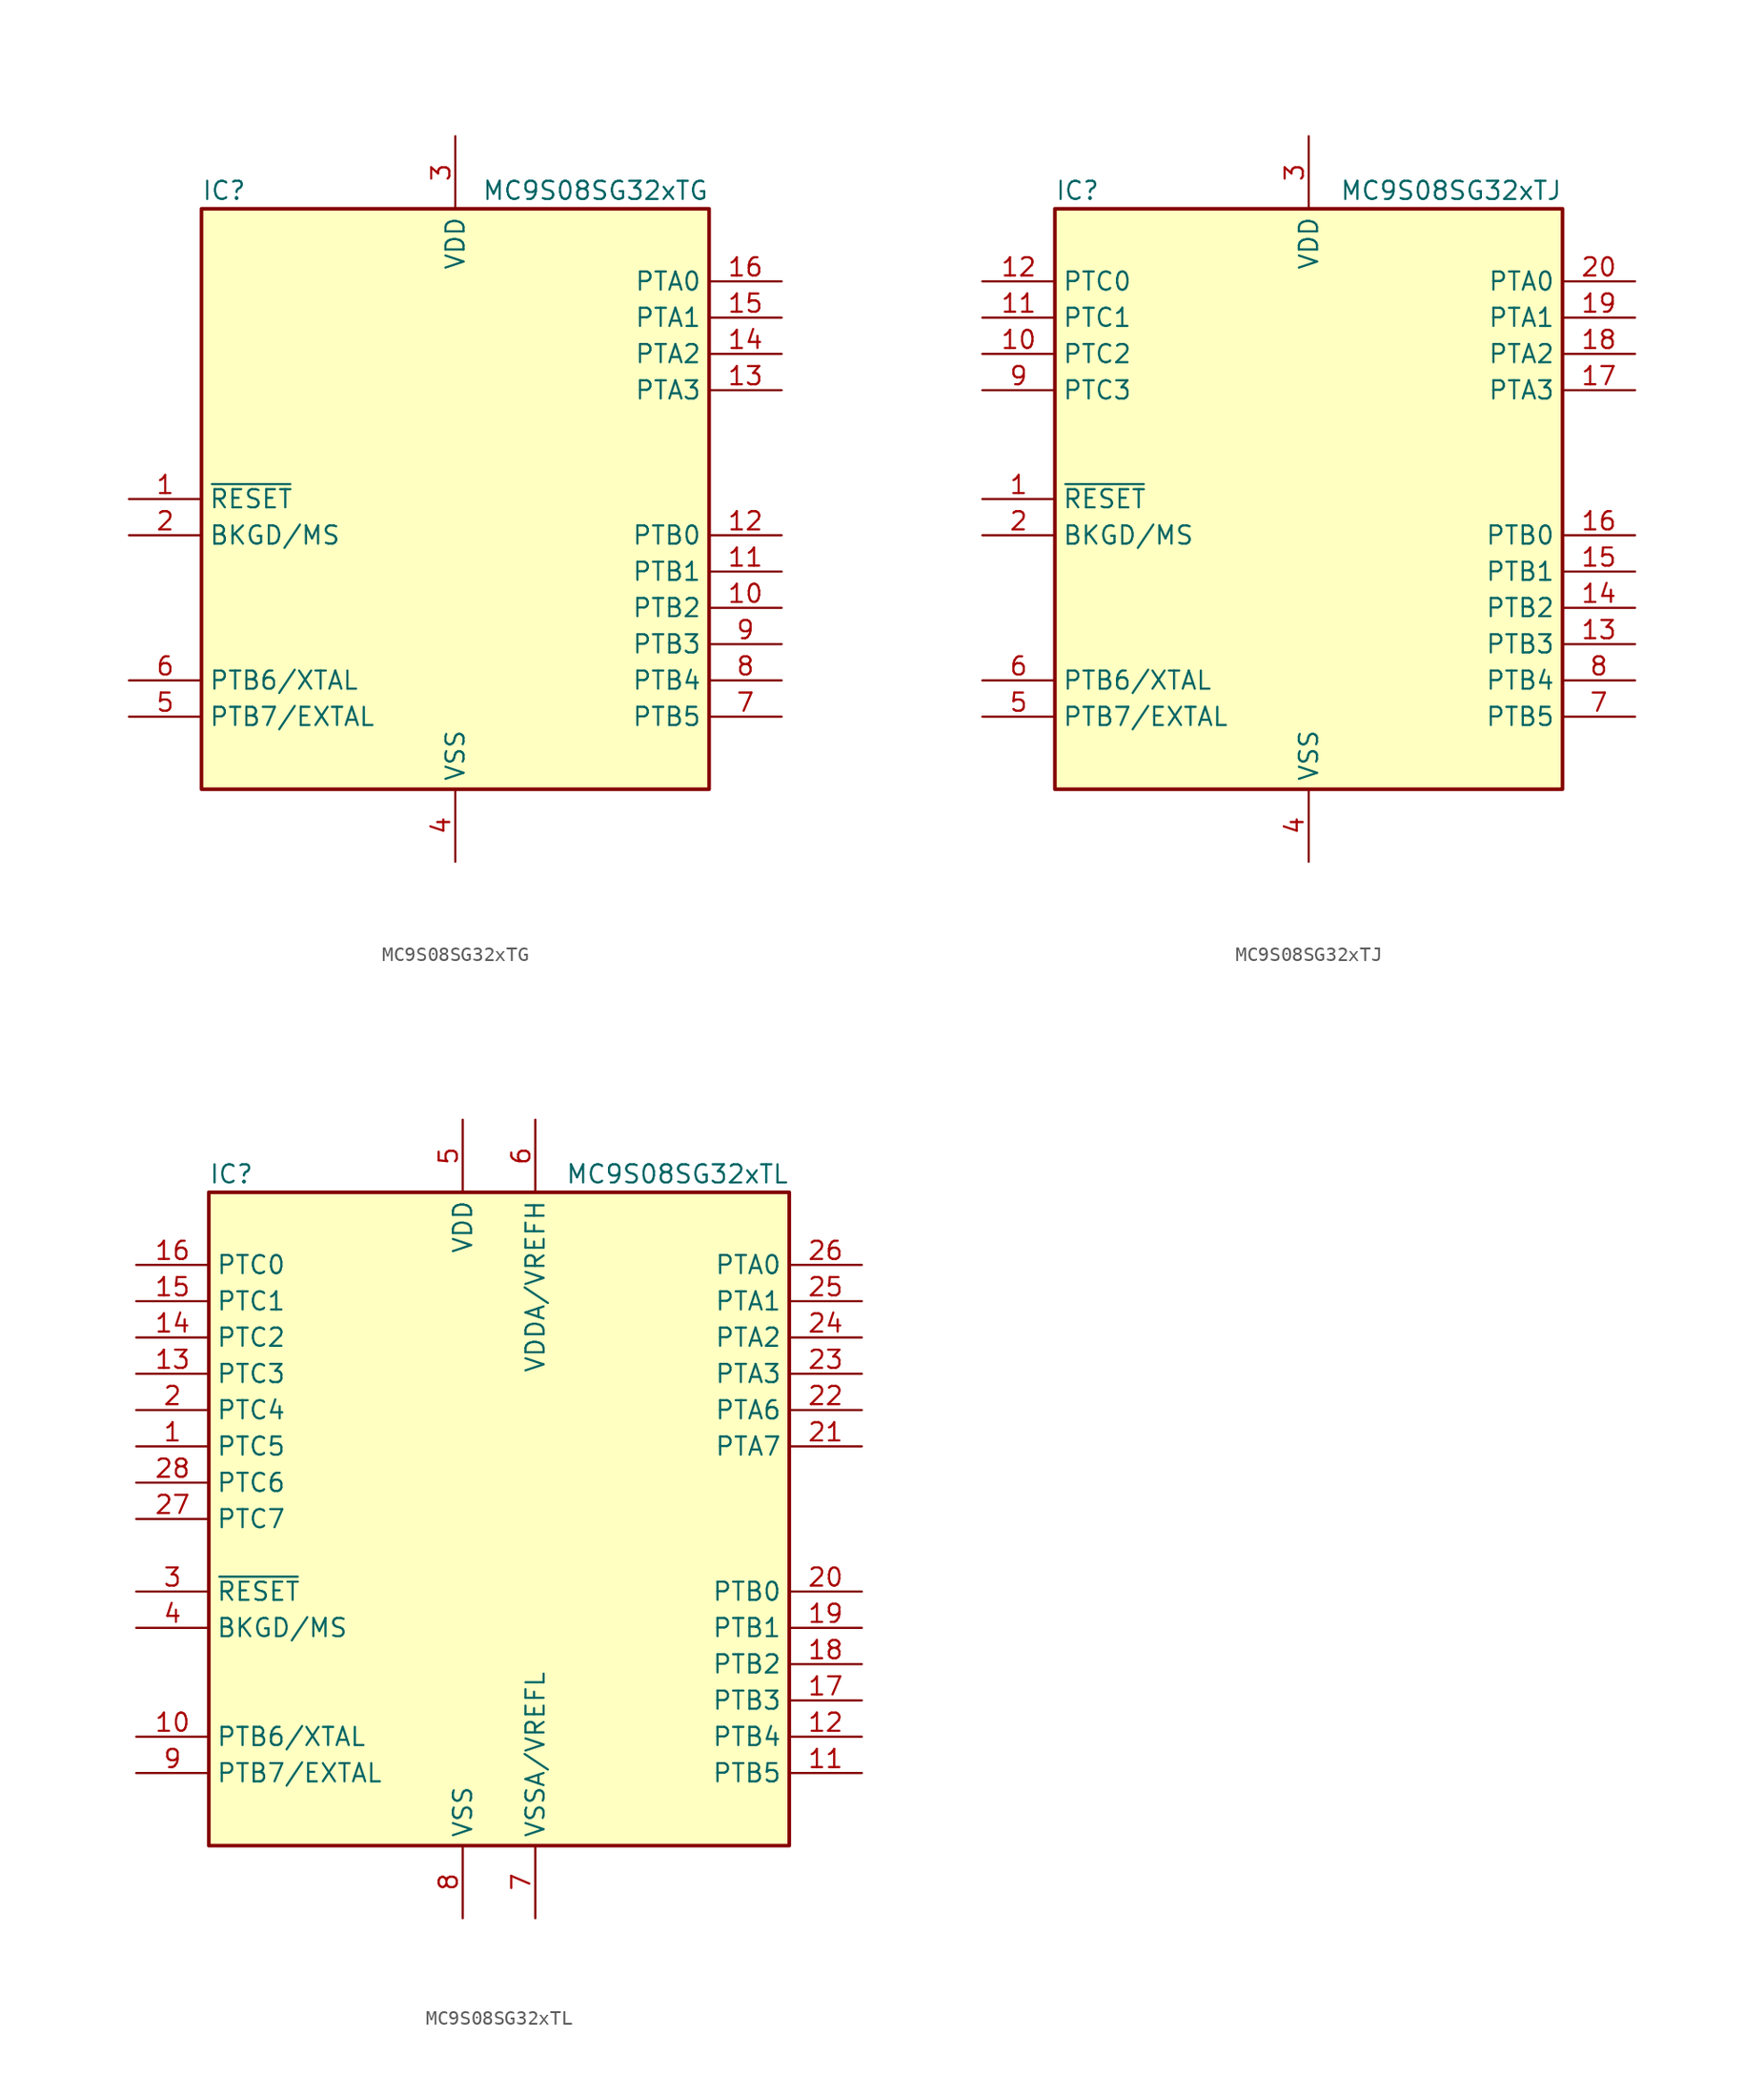
<source format=kicad_sym>
(kicad_symbol_lib
  (version 20201005)
  (generator kicad_symbol_editor)
  (symbol "MCU_NXP_S08:MC9S08SG32xTG"
    (property "Reference" "IC"
      (at -17.78 21.59 0)
      (effects (font (size 1.27 1.27)) (justify left)))
    (property "Value" "MC9S08SG32xTG"
      (at 17.78 21.59 0)
      (effects (font (size 1.27 1.27)) (justify right)))
    (symbol "MC9S08SG32xTG_0_1"
      (rectangle (start -17.78 20.32) (end 17.78 -20.32) (stroke (width 0.254)) (fill (type background))))
    (symbol "MC9S08SG32xTG_1_1"
      (pin input line (at -22.86 0 0) (length 5.08) (name "~RESET" (effects (font (size 1.27 1.27)))) (number "1" (effects (font (size 1.27 1.27)))))
      (pin bidirectional line (at 22.86 -7.62 180) (length 5.08) (name "PTB2" (effects (font (size 1.27 1.27)))) (number "10" (effects (font (size 1.27 1.27)))))
      (pin bidirectional line (at 22.86 -5.08 180) (length 5.08) (name "PTB1" (effects (font (size 1.27 1.27)))) (number "11" (effects (font (size 1.27 1.27)))))
      (pin bidirectional line (at 22.86 -2.54 180) (length 5.08) (name "PTB0" (effects (font (size 1.27 1.27)))) (number "12" (effects (font (size 1.27 1.27)))))
      (pin bidirectional line (at 22.86 7.62 180) (length 5.08) (name "PTA3" (effects (font (size 1.27 1.27)))) (number "13" (effects (font (size 1.27 1.27)))))
      (pin bidirectional line (at 22.86 10.16 180) (length 5.08) (name "PTA2" (effects (font (size 1.27 1.27)))) (number "14" (effects (font (size 1.27 1.27)))))
      (pin bidirectional line (at 22.86 12.7 180) (length 5.08) (name "PTA1" (effects (font (size 1.27 1.27)))) (number "15" (effects (font (size 1.27 1.27)))))
      (pin bidirectional line (at 22.86 15.24 180) (length 5.08) (name "PTA0" (effects (font (size 1.27 1.27)))) (number "16" (effects (font (size 1.27 1.27)))))
      (pin bidirectional line (at -22.86 -2.54 0) (length 5.08) (name "BKGD/MS" (effects (font (size 1.27 1.27)))) (number "2" (effects (font (size 1.27 1.27)))))
      (pin power_in line (at 0 25.4 270) (length 5.08) (name "VDD" (effects (font (size 1.27 1.27)))) (number "3" (effects (font (size 1.27 1.27)))))
      (pin power_in line (at 0 -25.4 90) (length 5.08) (name "VSS" (effects (font (size 1.27 1.27)))) (number "4" (effects (font (size 1.27 1.27)))))
      (pin bidirectional line (at -22.86 -15.24 0) (length 5.08) (name "PTB7/EXTAL" (effects (font (size 1.27 1.27)))) (number "5" (effects (font (size 1.27 1.27)))))
      (pin bidirectional line (at -22.86 -12.7 0) (length 5.08) (name "PTB6/XTAL" (effects (font (size 1.27 1.27)))) (number "6" (effects (font (size 1.27 1.27)))))
      (pin bidirectional line (at 22.86 -15.24 180) (length 5.08) (name "PTB5" (effects (font (size 1.27 1.27)))) (number "7" (effects (font (size 1.27 1.27)))))
      (pin bidirectional line (at 22.86 -12.7 180) (length 5.08) (name "PTB4" (effects (font (size 1.27 1.27)))) (number "8" (effects (font (size 1.27 1.27)))))
      (pin bidirectional line (at 22.86 -10.16 180) (length 5.08) (name "PTB3" (effects (font (size 1.27 1.27)))) (number "9" (effects (font (size 1.27 1.27)))))))
  (symbol "MCU_NXP_S08:MC9S08SG32xTJ"
    (property "Reference" "IC"
      (at -17.78 21.59 0)
      (effects (font (size 1.27 1.27)) (justify left)))
    (property "Value" "MC9S08SG32xTJ"
      (at 17.78 21.59 0)
      (effects (font (size 1.27 1.27)) (justify right)))
    (symbol "MC9S08SG32xTJ_0_1"
      (rectangle (start -17.78 20.32) (end 17.78 -20.32) (stroke (width 0.254)) (fill (type background))))
    (symbol "MC9S08SG32xTJ_1_1"
      (pin input line (at -22.86 0 0) (length 5.08) (name "~RESET" (effects (font (size 1.27 1.27)))) (number "1" (effects (font (size 1.27 1.27)))))
      (pin bidirectional line (at -22.86 10.16 0) (length 5.08) (name "PTC2" (effects (font (size 1.27 1.27)))) (number "10" (effects (font (size 1.27 1.27)))))
      (pin bidirectional line (at -22.86 12.7 0) (length 5.08) (name "PTC1" (effects (font (size 1.27 1.27)))) (number "11" (effects (font (size 1.27 1.27)))))
      (pin bidirectional line (at -22.86 15.24 0) (length 5.08) (name "PTC0" (effects (font (size 1.27 1.27)))) (number "12" (effects (font (size 1.27 1.27)))))
      (pin bidirectional line (at 22.86 -10.16 180) (length 5.08) (name "PTB3" (effects (font (size 1.27 1.27)))) (number "13" (effects (font (size 1.27 1.27)))))
      (pin bidirectional line (at 22.86 -7.62 180) (length 5.08) (name "PTB2" (effects (font (size 1.27 1.27)))) (number "14" (effects (font (size 1.27 1.27)))))
      (pin bidirectional line (at 22.86 -5.08 180) (length 5.08) (name "PTB1" (effects (font (size 1.27 1.27)))) (number "15" (effects (font (size 1.27 1.27)))))
      (pin bidirectional line (at 22.86 -2.54 180) (length 5.08) (name "PTB0" (effects (font (size 1.27 1.27)))) (number "16" (effects (font (size 1.27 1.27)))))
      (pin bidirectional line (at 22.86 7.62 180) (length 5.08) (name "PTA3" (effects (font (size 1.27 1.27)))) (number "17" (effects (font (size 1.27 1.27)))))
      (pin bidirectional line (at 22.86 10.16 180) (length 5.08) (name "PTA2" (effects (font (size 1.27 1.27)))) (number "18" (effects (font (size 1.27 1.27)))))
      (pin bidirectional line (at 22.86 12.7 180) (length 5.08) (name "PTA1" (effects (font (size 1.27 1.27)))) (number "19" (effects (font (size 1.27 1.27)))))
      (pin bidirectional line (at -22.86 -2.54 0) (length 5.08) (name "BKGD/MS" (effects (font (size 1.27 1.27)))) (number "2" (effects (font (size 1.27 1.27)))))
      (pin bidirectional line (at 22.86 15.24 180) (length 5.08) (name "PTA0" (effects (font (size 1.27 1.27)))) (number "20" (effects (font (size 1.27 1.27)))))
      (pin power_in line (at 0 25.4 270) (length 5.08) (name "VDD" (effects (font (size 1.27 1.27)))) (number "3" (effects (font (size 1.27 1.27)))))
      (pin power_in line (at 0 -25.4 90) (length 5.08) (name "VSS" (effects (font (size 1.27 1.27)))) (number "4" (effects (font (size 1.27 1.27)))))
      (pin bidirectional line (at -22.86 -15.24 0) (length 5.08) (name "PTB7/EXTAL" (effects (font (size 1.27 1.27)))) (number "5" (effects (font (size 1.27 1.27)))))
      (pin bidirectional line (at -22.86 -12.7 0) (length 5.08) (name "PTB6/XTAL" (effects (font (size 1.27 1.27)))) (number "6" (effects (font (size 1.27 1.27)))))
      (pin bidirectional line (at 22.86 -15.24 180) (length 5.08) (name "PTB5" (effects (font (size 1.27 1.27)))) (number "7" (effects (font (size 1.27 1.27)))))
      (pin bidirectional line (at 22.86 -12.7 180) (length 5.08) (name "PTB4" (effects (font (size 1.27 1.27)))) (number "8" (effects (font (size 1.27 1.27)))))
      (pin bidirectional line (at -22.86 7.62 0) (length 5.08) (name "PTC3" (effects (font (size 1.27 1.27)))) (number "9" (effects (font (size 1.27 1.27)))))))
  (symbol "MCU_NXP_S08:MC9S08SG32xTL"
    (property "Reference" "IC"
      (at -20.32 24.13 0)
      (effects (font (size 1.27 1.27)) (justify left)))
    (property "Value" "MC9S08SG32xTL"
      (at 20.32 24.13 0)
      (effects (font (size 1.27 1.27)) (justify right)))
    (symbol "MC9S08SG32xTL_0_1"
      (rectangle (start -20.32 22.86) (end 20.32 -22.86) (stroke (width 0.254)) (fill (type background))))
    (symbol "MC9S08SG32xTL_1_1"
      (pin bidirectional line (at -25.4 5.08 0) (length 5.08) (name "PTC5" (effects (font (size 1.27 1.27)))) (number "1" (effects (font (size 1.27 1.27)))))
      (pin bidirectional line (at -25.4 -15.24 0) (length 5.08) (name "PTB6/XTAL" (effects (font (size 1.27 1.27)))) (number "10" (effects (font (size 1.27 1.27)))))
      (pin bidirectional line (at 25.4 -17.78 180) (length 5.08) (name "PTB5" (effects (font (size 1.27 1.27)))) (number "11" (effects (font (size 1.27 1.27)))))
      (pin bidirectional line (at 25.4 -15.24 180) (length 5.08) (name "PTB4" (effects (font (size 1.27 1.27)))) (number "12" (effects (font (size 1.27 1.27)))))
      (pin bidirectional line (at -25.4 10.16 0) (length 5.08) (name "PTC3" (effects (font (size 1.27 1.27)))) (number "13" (effects (font (size 1.27 1.27)))))
      (pin bidirectional line (at -25.4 12.7 0) (length 5.08) (name "PTC2" (effects (font (size 1.27 1.27)))) (number "14" (effects (font (size 1.27 1.27)))))
      (pin bidirectional line (at -25.4 15.24 0) (length 5.08) (name "PTC1" (effects (font (size 1.27 1.27)))) (number "15" (effects (font (size 1.27 1.27)))))
      (pin bidirectional line (at -25.4 17.78 0) (length 5.08) (name "PTC0" (effects (font (size 1.27 1.27)))) (number "16" (effects (font (size 1.27 1.27)))))
      (pin bidirectional line (at 25.4 -12.7 180) (length 5.08) (name "PTB3" (effects (font (size 1.27 1.27)))) (number "17" (effects (font (size 1.27 1.27)))))
      (pin bidirectional line (at 25.4 -10.16 180) (length 5.08) (name "PTB2" (effects (font (size 1.27 1.27)))) (number "18" (effects (font (size 1.27 1.27)))))
      (pin bidirectional line (at 25.4 -7.62 180) (length 5.08) (name "PTB1" (effects (font (size 1.27 1.27)))) (number "19" (effects (font (size 1.27 1.27)))))
      (pin bidirectional line (at -25.4 7.62 0) (length 5.08) (name "PTC4" (effects (font (size 1.27 1.27)))) (number "2" (effects (font (size 1.27 1.27)))))
      (pin bidirectional line (at 25.4 -5.08 180) (length 5.08) (name "PTB0" (effects (font (size 1.27 1.27)))) (number "20" (effects (font (size 1.27 1.27)))))
      (pin bidirectional line (at 25.4 5.08 180) (length 5.08) (name "PTA7" (effects (font (size 1.27 1.27)))) (number "21" (effects (font (size 1.27 1.27)))))
      (pin bidirectional line (at 25.4 7.62 180) (length 5.08) (name "PTA6" (effects (font (size 1.27 1.27)))) (number "22" (effects (font (size 1.27 1.27)))))
      (pin bidirectional line (at 25.4 10.16 180) (length 5.08) (name "PTA3" (effects (font (size 1.27 1.27)))) (number "23" (effects (font (size 1.27 1.27)))))
      (pin bidirectional line (at 25.4 12.7 180) (length 5.08) (name "PTA2" (effects (font (size 1.27 1.27)))) (number "24" (effects (font (size 1.27 1.27)))))
      (pin bidirectional line (at 25.4 15.24 180) (length 5.08) (name "PTA1" (effects (font (size 1.27 1.27)))) (number "25" (effects (font (size 1.27 1.27)))))
      (pin bidirectional line (at 25.4 17.78 180) (length 5.08) (name "PTA0" (effects (font (size 1.27 1.27)))) (number "26" (effects (font (size 1.27 1.27)))))
      (pin bidirectional line (at -25.4 0 0) (length 5.08) (name "PTC7" (effects (font (size 1.27 1.27)))) (number "27" (effects (font (size 1.27 1.27)))))
      (pin bidirectional line (at -25.4 2.54 0) (length 5.08) (name "PTC6" (effects (font (size 1.27 1.27)))) (number "28" (effects (font (size 1.27 1.27)))))
      (pin input line (at -25.4 -5.08 0) (length 5.08) (name "~RESET" (effects (font (size 1.27 1.27)))) (number "3" (effects (font (size 1.27 1.27)))))
      (pin bidirectional line (at -25.4 -7.62 0) (length 5.08) (name "BKGD/MS" (effects (font (size 1.27 1.27)))) (number "4" (effects (font (size 1.27 1.27)))))
      (pin power_in line (at -2.54 27.94 270) (length 5.08) (name "VDD" (effects (font (size 1.27 1.27)))) (number "5" (effects (font (size 1.27 1.27)))))
      (pin power_in line (at 2.54 27.94 270) (length 5.08) (name "VDDA/VREFH" (effects (font (size 1.27 1.27)))) (number "6" (effects (font (size 1.27 1.27)))))
      (pin power_in line (at 2.54 -27.94 90) (length 5.08) (name "VSSA/VREFL" (effects (font (size 1.27 1.27)))) (number "7" (effects (font (size 1.27 1.27)))))
      (pin power_in line (at -2.54 -27.94 90) (length 5.08) (name "VSS" (effects (font (size 1.27 1.27)))) (number "8" (effects (font (size 1.27 1.27)))))
      (pin bidirectional line (at -25.4 -17.78 0) (length 5.08) (name "PTB7/EXTAL" (effects (font (size 1.27 1.27)))) (number "9" (effects (font (size 1.27 1.27))))))))
</source>
